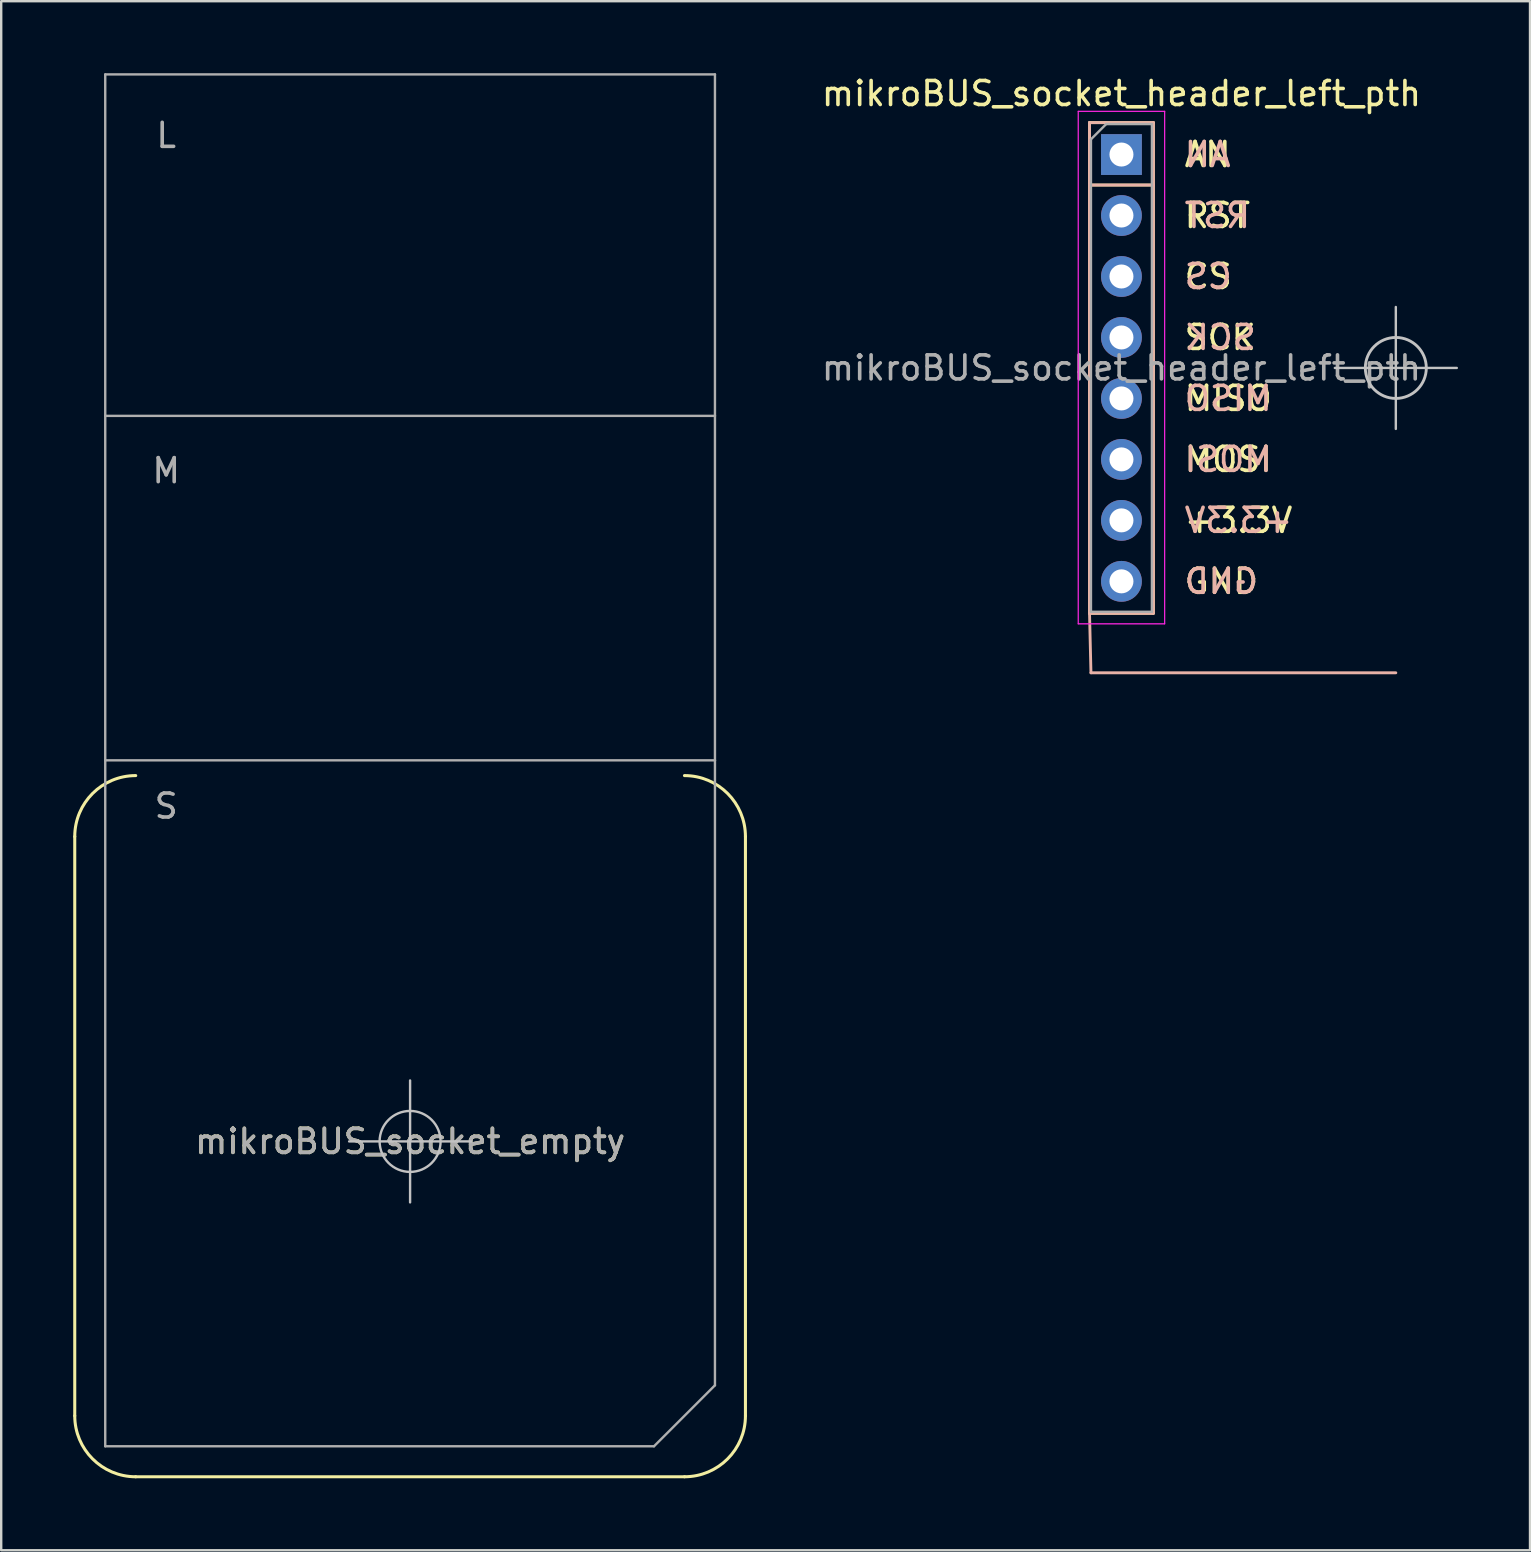
<source format=kicad_pcb>
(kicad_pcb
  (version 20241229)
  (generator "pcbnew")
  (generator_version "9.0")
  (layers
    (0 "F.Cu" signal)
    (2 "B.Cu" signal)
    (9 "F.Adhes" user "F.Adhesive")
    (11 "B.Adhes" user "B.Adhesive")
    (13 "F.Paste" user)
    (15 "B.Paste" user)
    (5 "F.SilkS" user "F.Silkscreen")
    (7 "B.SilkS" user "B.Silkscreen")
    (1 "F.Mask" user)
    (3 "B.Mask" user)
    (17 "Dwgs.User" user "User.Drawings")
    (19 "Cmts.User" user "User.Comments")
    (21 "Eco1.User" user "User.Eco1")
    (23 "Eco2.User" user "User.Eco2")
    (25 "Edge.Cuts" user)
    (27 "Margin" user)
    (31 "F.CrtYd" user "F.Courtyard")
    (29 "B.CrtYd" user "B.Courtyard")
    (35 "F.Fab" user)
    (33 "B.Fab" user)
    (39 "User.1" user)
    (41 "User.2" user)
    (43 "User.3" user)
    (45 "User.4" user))
  (footprint "mikroBUS_socket_empty"
    (layer "F.Cu")
    (at 14.034 44.5)
    (property "Reference" "mikroBUS_socket_empty" (at 0 0 0) (unlocked yes) (layer "F.SilkS") (effects (font (size 1 1) (thickness 0.15))))
    (attr through_hole)
    (fp_line (start -13.97 -12.7) (end -13.97 11.43) (stroke (width 0.127) (type solid)) (layer "F.SilkS"))
    (fp_line (start -11.43 13.97) (end 11.43 13.97) (stroke (width 0.127) (type solid)) (layer "F.SilkS"))
    (fp_line (start 13.97 -12.7) (end 13.97 11.43) (stroke (width 0.127) (type solid)) (layer "F.SilkS"))
    (fp_arc (start -13.97 -12.7) (mid -13.226051 -14.496051) (end -11.43 -15.24) (stroke (width 0.127) (type solid)) (layer "F.SilkS"))
    (fp_arc (start -11.43 13.97) (mid -13.226051 13.226051) (end -13.97 11.43) (stroke (width 0.127) (type solid)) (layer "F.SilkS"))
    (fp_arc (start 11.43 -15.24) (mid 13.226051 -14.496051) (end 13.97 -12.7) (stroke (width 0.127) (type solid)) (layer "F.SilkS"))
    (fp_arc (start 13.97 11.43) (mid 13.226051 13.226051) (end 11.43 13.97) (stroke (width 0.127) (type solid)) (layer "F.SilkS"))
    (fp_line (start -2.54 0) (end 2.54 0) (stroke (width 0.1) (type solid)) (layer "Dwgs.User"))
    (fp_line (start 0 -2.54) (end 0 2.54) (stroke (width 0.1) (type solid)) (layer "Dwgs.User"))
    (fp_circle (center 0 0) (end 1.27 0) (stroke (width 0.1) (type solid)) (fill no) (layer "Dwgs.User"))
    (fp_line (start -12.7 -44.45) (end 12.7 -44.45) (stroke (width 0.1) (type solid)) (layer "F.Fab"))
    (fp_line (start -12.7 -30.226) (end -12.7 -44.45) (stroke (width 0.1) (type solid)) (layer "F.Fab"))
    (fp_line (start -12.7 -30.226) (end 12.7 -30.226) (stroke (width 0.1) (type solid)) (layer "F.Fab"))
    (fp_line (start -12.7 -15.875) (end -12.7 -30.226) (stroke (width 0.1) (type solid)) (layer "F.Fab"))
    (fp_line (start -12.7 -15.875) (end 12.7 -15.875) (stroke (width 0.1) (type solid)) (layer "F.Fab"))
    (fp_line (start -12.7 12.7) (end -12.7 -15.875) (stroke (width 0.1) (type solid)) (layer "F.Fab"))
    (fp_line (start 10.16 12.7) (end -12.7 12.7) (stroke (width 0.1) (type solid)) (layer "F.Fab"))
    (fp_line (start 12.7 -30.226) (end 12.7 -44.45) (stroke (width 0.1) (type solid)) (layer "F.Fab"))
    (fp_line (start 12.7 -15.875) (end 12.7 -30.226) (stroke (width 0.1) (type solid)) (layer "F.Fab"))
    (fp_line (start 12.7 -15.875) (end 12.7 10.16) (stroke (width 0.1) (type solid)) (layer "F.Fab"))
    (fp_line (start 12.7 10.16) (end 10.16 12.7) (stroke (width 0.1) (type solid)) (layer "F.Fab"))
    (fp_text user "M" (at -10.16 -27.94 0) (unlocked yes) (layer "F.Fab") (effects (font (size 1 1) (thickness 0.15))))
    (fp_text user "S" (at -10.16 -13.97 0) (layer "F.Fab") (effects (font (size 1 1) (thickness 0.15))))
    (fp_text user "L" (at -10.16 -41.91 0) (unlocked yes) (layer "F.Fab") (effects (font (size 1 1) (thickness 0.15))))
    (fp_text user "${REFERENCE}" (at 0 0 0) (unlocked yes) (layer "F.Fab") (effects (font (size 1 1) (thickness 0.15)))))
  (footprint "mikroBUS_socket_header_left_pth"
    (layer "F.Cu")
    (at 55.098 12.278)
    (property "Reference" "mikroBUS_socket_header_left_pth" (at -11.43 -11.43 0) (unlocked yes) (layer "F.SilkS") (effects (font (size 1 1) (thickness 0.15))))
    (attr through_hole)
    (fp_line (start -12.76 -10.22) (end -10.1 -10.22) (stroke (width 0.12) (type solid)) (layer "F.SilkS"))
    (fp_line (start -12.76 -7.62) (end -12.76 -10.22) (stroke (width 0.12) (type solid)) (layer "F.SilkS"))
    (fp_line (start -12.76 -7.62) (end -12.76 10.22) (stroke (width 0.12) (type solid)) (layer "F.SilkS"))
    (fp_line (start -12.76 -7.62) (end -10.1 -7.62) (stroke (width 0.12) (type solid)) (layer "F.SilkS"))
    (fp_line (start -12.76 10.22) (end -10.1 10.22) (stroke (width 0.12) (type solid)) (layer "F.SilkS"))
    (fp_line (start -10.1 -7.62) (end -10.1 -10.22) (stroke (width 0.12) (type solid)) (layer "F.SilkS"))
    (fp_line (start -10.1 -7.62) (end -10.1 10.22) (stroke (width 0.12) (type solid)) (layer "F.SilkS"))
    (fp_line (start -12.76 -10.22) (end -10.1 -10.22) (stroke (width 0.12) (type solid)) (layer "B.SilkS"))
    (fp_line (start -12.76 -7.62) (end -12.76 -10.22) (stroke (width 0.12) (type solid)) (layer "B.SilkS"))
    (fp_line (start -12.76 -7.62) (end -12.76 10.22) (stroke (width 0.12) (type solid)) (layer "B.SilkS"))
    (fp_line (start -12.76 -7.62) (end -10.1 -7.62) (stroke (width 0.12) (type solid)) (layer "B.SilkS"))
    (fp_line (start -12.76 10.22) (end -12.7 12.7) (stroke (width 0.12) (type solid)) (layer "B.SilkS"))
    (fp_line (start -12.76 10.22) (end -10.1 10.22) (stroke (width 0.12) (type solid)) (layer "B.SilkS"))
    (fp_line (start -12.7 12.7) (end 0 12.7) (stroke (width 0.12) (type solid)) (layer "B.SilkS"))
    (fp_line (start -10.1 -7.62) (end -10.1 -10.22) (stroke (width 0.12) (type solid)) (layer "B.SilkS"))
    (fp_line (start -10.1 -7.62) (end -10.1 10.22) (stroke (width 0.12) (type solid)) (layer "B.SilkS"))
    (fp_line (start -2.54 0) (end 2.54 0) (stroke (width 0.1) (type solid)) (layer "Dwgs.User"))
    (fp_line (start 0 -2.54) (end 0 2.54) (stroke (width 0.1) (type solid)) (layer "Dwgs.User"))
    (fp_circle (center 0 0) (end 1.27 0) (stroke (width 0.12) (type solid)) (fill no) (layer "Dwgs.User"))
    (fp_line (start -13.23 -10.69) (end -13.23 10.66) (stroke (width 0.05) (type solid)) (layer "F.CrtYd"))
    (fp_line (start -13.23 10.66) (end -9.63 10.66) (stroke (width 0.05) (type solid)) (layer "F.CrtYd"))
    (fp_line (start -9.63 -10.69) (end -13.23 -10.69) (stroke (width 0.05) (type solid)) (layer "F.CrtYd"))
    (fp_line (start -9.63 10.66) (end -9.63 -10.69) (stroke (width 0.05) (type solid)) (layer "F.CrtYd"))
    (fp_line (start -12.7 -9.525) (end -12.065 -10.16) (stroke (width 0.1) (type solid)) (layer "F.Fab"))
    (fp_line (start -12.7 10.16) (end -12.7 -9.525) (stroke (width 0.1) (type solid)) (layer "F.Fab"))
    (fp_line (start -12.065 -10.16) (end -10.16 -10.16) (stroke (width 0.1) (type solid)) (layer "F.Fab"))
    (fp_line (start -10.16 -10.16) (end -10.16 10.16) (stroke (width 0.1) (type solid)) (layer "F.Fab"))
    (fp_line (start -10.16 10.16) (end -12.7 10.16) (stroke (width 0.1) (type solid)) (layer "F.Fab"))
    (fp_text user "+3.3V" (at -8.89 6.35 0) (unlocked yes) (layer "F.SilkS") (effects (font (size 1 1) (thickness 0.15)) (justify left)))
    (fp_text user "MOSI" (at -8.89 3.81 0) (unlocked yes) (layer "F.SilkS") (effects (font (size 1 1) (thickness 0.15)) (justify left)))
    (fp_text user "CS" (at -8.89 -3.81 0) (unlocked yes) (layer "F.SilkS") (effects (font (size 1 1) (thickness 0.15)) (justify left)))
    (fp_text user "AN" (at -8.89 -8.89 0) (unlocked yes) (layer "F.SilkS") (effects (font (size 1 1) (thickness 0.15)) (justify left)))
    (fp_text user "RST" (at -8.89 -6.35 0) (unlocked yes) (layer "F.SilkS") (effects (font (size 1 1) (thickness 0.15)) (justify left)))
    (fp_text user "GND" (at -8.89 8.89 0) (unlocked yes) (layer "F.SilkS") (effects (font (size 1 1) (thickness 0.15)) (justify left)))
    (fp_text user "SCK" (at -8.89 -1.27 0) (unlocked yes) (layer "F.SilkS") (effects (font (size 1 1) (thickness 0.15)) (justify left)))
    (fp_text user "MISO" (at -8.89 1.27 0) (unlocked yes) (layer "F.SilkS") (effects (font (size 1 1) (thickness 0.15)) (justify left)))
    (fp_text user "MISO" (at -8.89 1.27 0) (unlocked yes) (layer "B.SilkS") (effects (font (size 1 1) (thickness 0.15)) (justify right mirror)))
    (fp_text user "SCK" (at -8.89 -1.27 0) (unlocked yes) (layer "B.SilkS") (effects (font (size 1 1) (thickness 0.15)) (justify right mirror)))
    (fp_text user "MOSI" (at -8.89 3.81 0) (unlocked yes) (layer "B.SilkS") (effects (font (size 1 1) (thickness 0.15)) (justify right mirror)))
    (fp_text user "AN" (at -8.89 -8.89 0) (unlocked yes) (layer "B.SilkS") (effects (font (size 1 1) (thickness 0.15)) (justify right mirror)))
    (fp_text user "RST" (at -8.89 -6.35 0) (unlocked yes) (layer "B.SilkS") (effects (font (size 1 1) (thickness 0.15)) (justify right mirror)))
    (fp_text user "+3.3V" (at -8.89 6.35 0) (unlocked yes) (layer "B.SilkS") (effects (font (size 1 1) (thickness 0.15)) (justify right mirror)))
    (fp_text user "GND" (at -8.89 8.89 0) (unlocked yes) (layer "B.SilkS") (effects (font (size 1 1) (thickness 0.15)) (justify right mirror)))
    (fp_text user "CS" (at -8.89 -3.81 0) (unlocked yes) (layer "B.SilkS") (effects (font (size 1 1) (thickness 0.15)) (justify right mirror)))
    (fp_text user "${REFERENCE}" (at -11.43 0 0) (unlocked yes) (layer "F.Fab") (effects (font (size 1 1) (thickness 0.15))))
    (pad "+3.3V" thru_hole oval (at -11.43 6.35) (size 1.7 1.7) (drill 1) (layers "*.Cu" "*.Mask"))
    (pad "AN" thru_hole rect (at -11.43 -8.89) (size 1.7 1.7) (drill 1) (layers "*.Cu" "*.Mask"))
    (pad "CS" thru_hole oval (at -11.43 -3.81) (size 1.7 1.7) (drill 1) (layers "*.Cu" "*.Mask"))
    (pad "GND" thru_hole oval (at -11.43 8.89) (size 1.7 1.7) (drill 1) (layers "*.Cu" "*.Mask"))
    (pad "MISO" thru_hole oval (at -11.43 1.27) (size 1.7 1.7) (drill 1) (layers "*.Cu" "*.Mask"))
    (pad "MOSI" thru_hole oval (at -11.43 3.81) (size 1.7 1.7) (drill 1) (layers "*.Cu" "*.Mask"))
    (pad "RST" thru_hole oval (at -11.43 -6.35) (size 1.7 1.7) (drill 1) (layers "*.Cu" "*.Mask"))
    (pad "SCK" thru_hole oval (at -11.43 -1.27) (size 1.7 1.7) (drill 1) (layers "*.Cu" "*.Mask")))
  (gr_rect
    (start -3 -3)
    (end 60.688 61.533)
    (stroke (width 0.1) (type default))
    (fill no)
    (layer "Edge.Cuts")))
</source>
